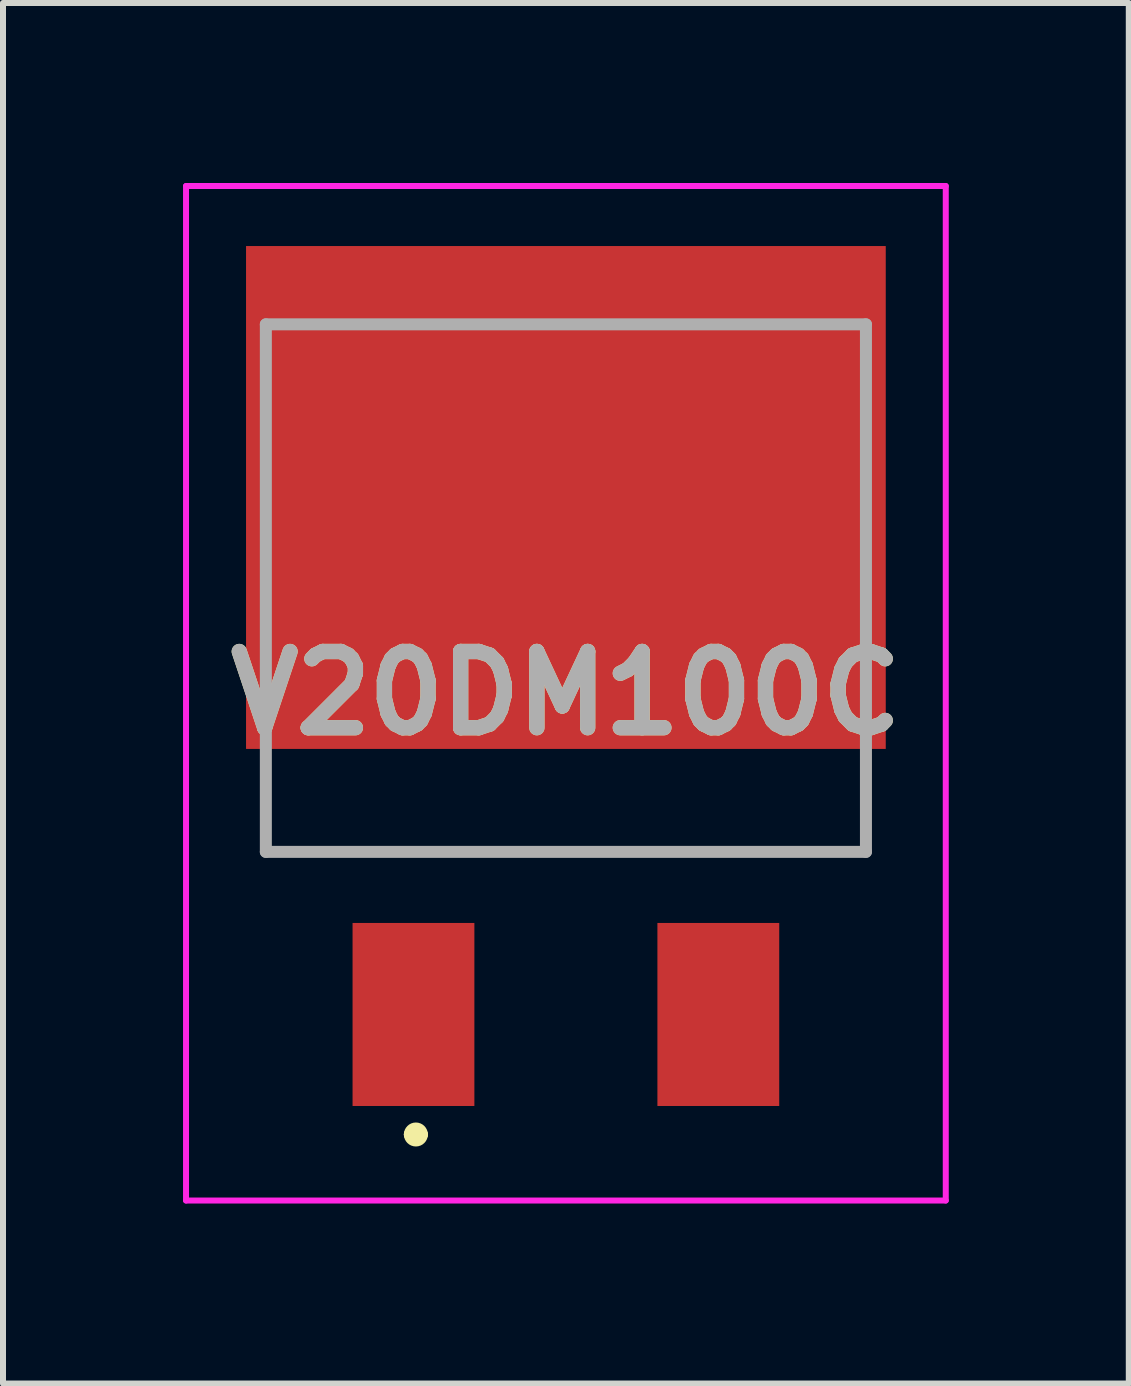
<source format=kicad_pcb>
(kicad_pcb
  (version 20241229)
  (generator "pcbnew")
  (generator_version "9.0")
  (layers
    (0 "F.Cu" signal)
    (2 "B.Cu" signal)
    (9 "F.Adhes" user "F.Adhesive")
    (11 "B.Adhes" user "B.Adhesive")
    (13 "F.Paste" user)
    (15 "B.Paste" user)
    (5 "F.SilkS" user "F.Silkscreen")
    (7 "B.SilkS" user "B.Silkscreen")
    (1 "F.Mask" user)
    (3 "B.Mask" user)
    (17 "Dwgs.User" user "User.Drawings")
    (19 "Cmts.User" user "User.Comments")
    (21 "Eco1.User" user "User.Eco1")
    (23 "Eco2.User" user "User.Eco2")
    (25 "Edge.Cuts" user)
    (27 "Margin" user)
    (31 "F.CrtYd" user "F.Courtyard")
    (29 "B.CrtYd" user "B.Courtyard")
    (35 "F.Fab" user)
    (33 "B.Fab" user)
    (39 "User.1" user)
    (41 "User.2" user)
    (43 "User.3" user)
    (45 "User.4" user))
  (footprint "V20DM100C"
    (layer "F.Cu")
    (at 6.38 2.355)
    (property "Reference" "V20DM100C" (at 0 6.147 0) (layer "F.SilkS") (effects (font (size 1.27 1.27) (thickness 0.254))))
    (attr smd)
    (fp_line (start -5 7.5) (end -5 8.79) (stroke (width 0.1) (type solid)) (layer "F.SilkS"))
    (fp_line (start -5 8.79) (end 5 8.79) (stroke (width 0.1) (type solid)) (layer "F.SilkS"))
    (fp_line (start -2.6 13.5) (end -2.6 13.5) (stroke (width 0.2) (type solid)) (layer "F.SilkS"))
    (fp_line (start -2.4 13.5) (end -2.4 13.5) (stroke (width 0.2) (type solid)) (layer "F.SilkS"))
    (fp_line (start 5 8.79) (end 5 7.5) (stroke (width 0.1) (type solid)) (layer "F.SilkS"))
    (fp_arc (start -2.6 13.5) (mid -2.5 13.4) (end -2.4 13.5) (stroke (width 0.2) (type solid)) (layer "F.SilkS"))
    (fp_arc (start -2.4 13.5) (mid -2.5 13.6) (end -2.6 13.5) (stroke (width 0.2) (type solid)) (layer "F.SilkS"))
    (fp_line (start -6.33 -2.305) (end 6.33 -2.305) (stroke (width 0.1) (type solid)) (layer "F.CrtYd"))
    (fp_line (start -6.33 14.6) (end -6.33 -2.305) (stroke (width 0.1) (type solid)) (layer "F.CrtYd"))
    (fp_line (start 6.33 -2.305) (end 6.33 14.6) (stroke (width 0.1) (type solid)) (layer "F.CrtYd"))
    (fp_line (start 6.33 14.6) (end -6.33 14.6) (stroke (width 0.1) (type solid)) (layer "F.CrtYd"))
    (fp_line (start -5 0) (end 5 0) (stroke (width 0.2) (type solid)) (layer "F.Fab"))
    (fp_line (start -5 8.79) (end -5 0) (stroke (width 0.2) (type solid)) (layer "F.Fab"))
    (fp_line (start 5 0) (end 5 8.79) (stroke (width 0.2) (type solid)) (layer "F.Fab"))
    (fp_line (start 5 8.79) (end -5 8.79) (stroke (width 0.2) (type solid)) (layer "F.Fab"))
    (fp_text user "${REFERENCE}" (at 0 6.147 0) (layer "F.Fab") (effects (font (size 1.27 1.27) (thickness 0.254))))
    (pad "1" smd rect (at -2.54 11.5) (size 2.03 3.05) (layers "F.Cu" "F.Mask" "F.Paste"))
    (pad "2" smd rect (at 2.54 11.5) (size 2.03 3.05) (layers "F.Cu" "F.Mask" "F.Paste"))
    (pad "3" smd rect (at 0 2.885 90) (size 8.38 10.66) (layers "F.Cu" "F.Mask" "F.Paste")))
  (gr_rect
    (start -3 -3)
    (end 15.76 20.005)
    (stroke (width 0.1) (type default))
    (fill no)
    (layer "Edge.Cuts")))
</source>
